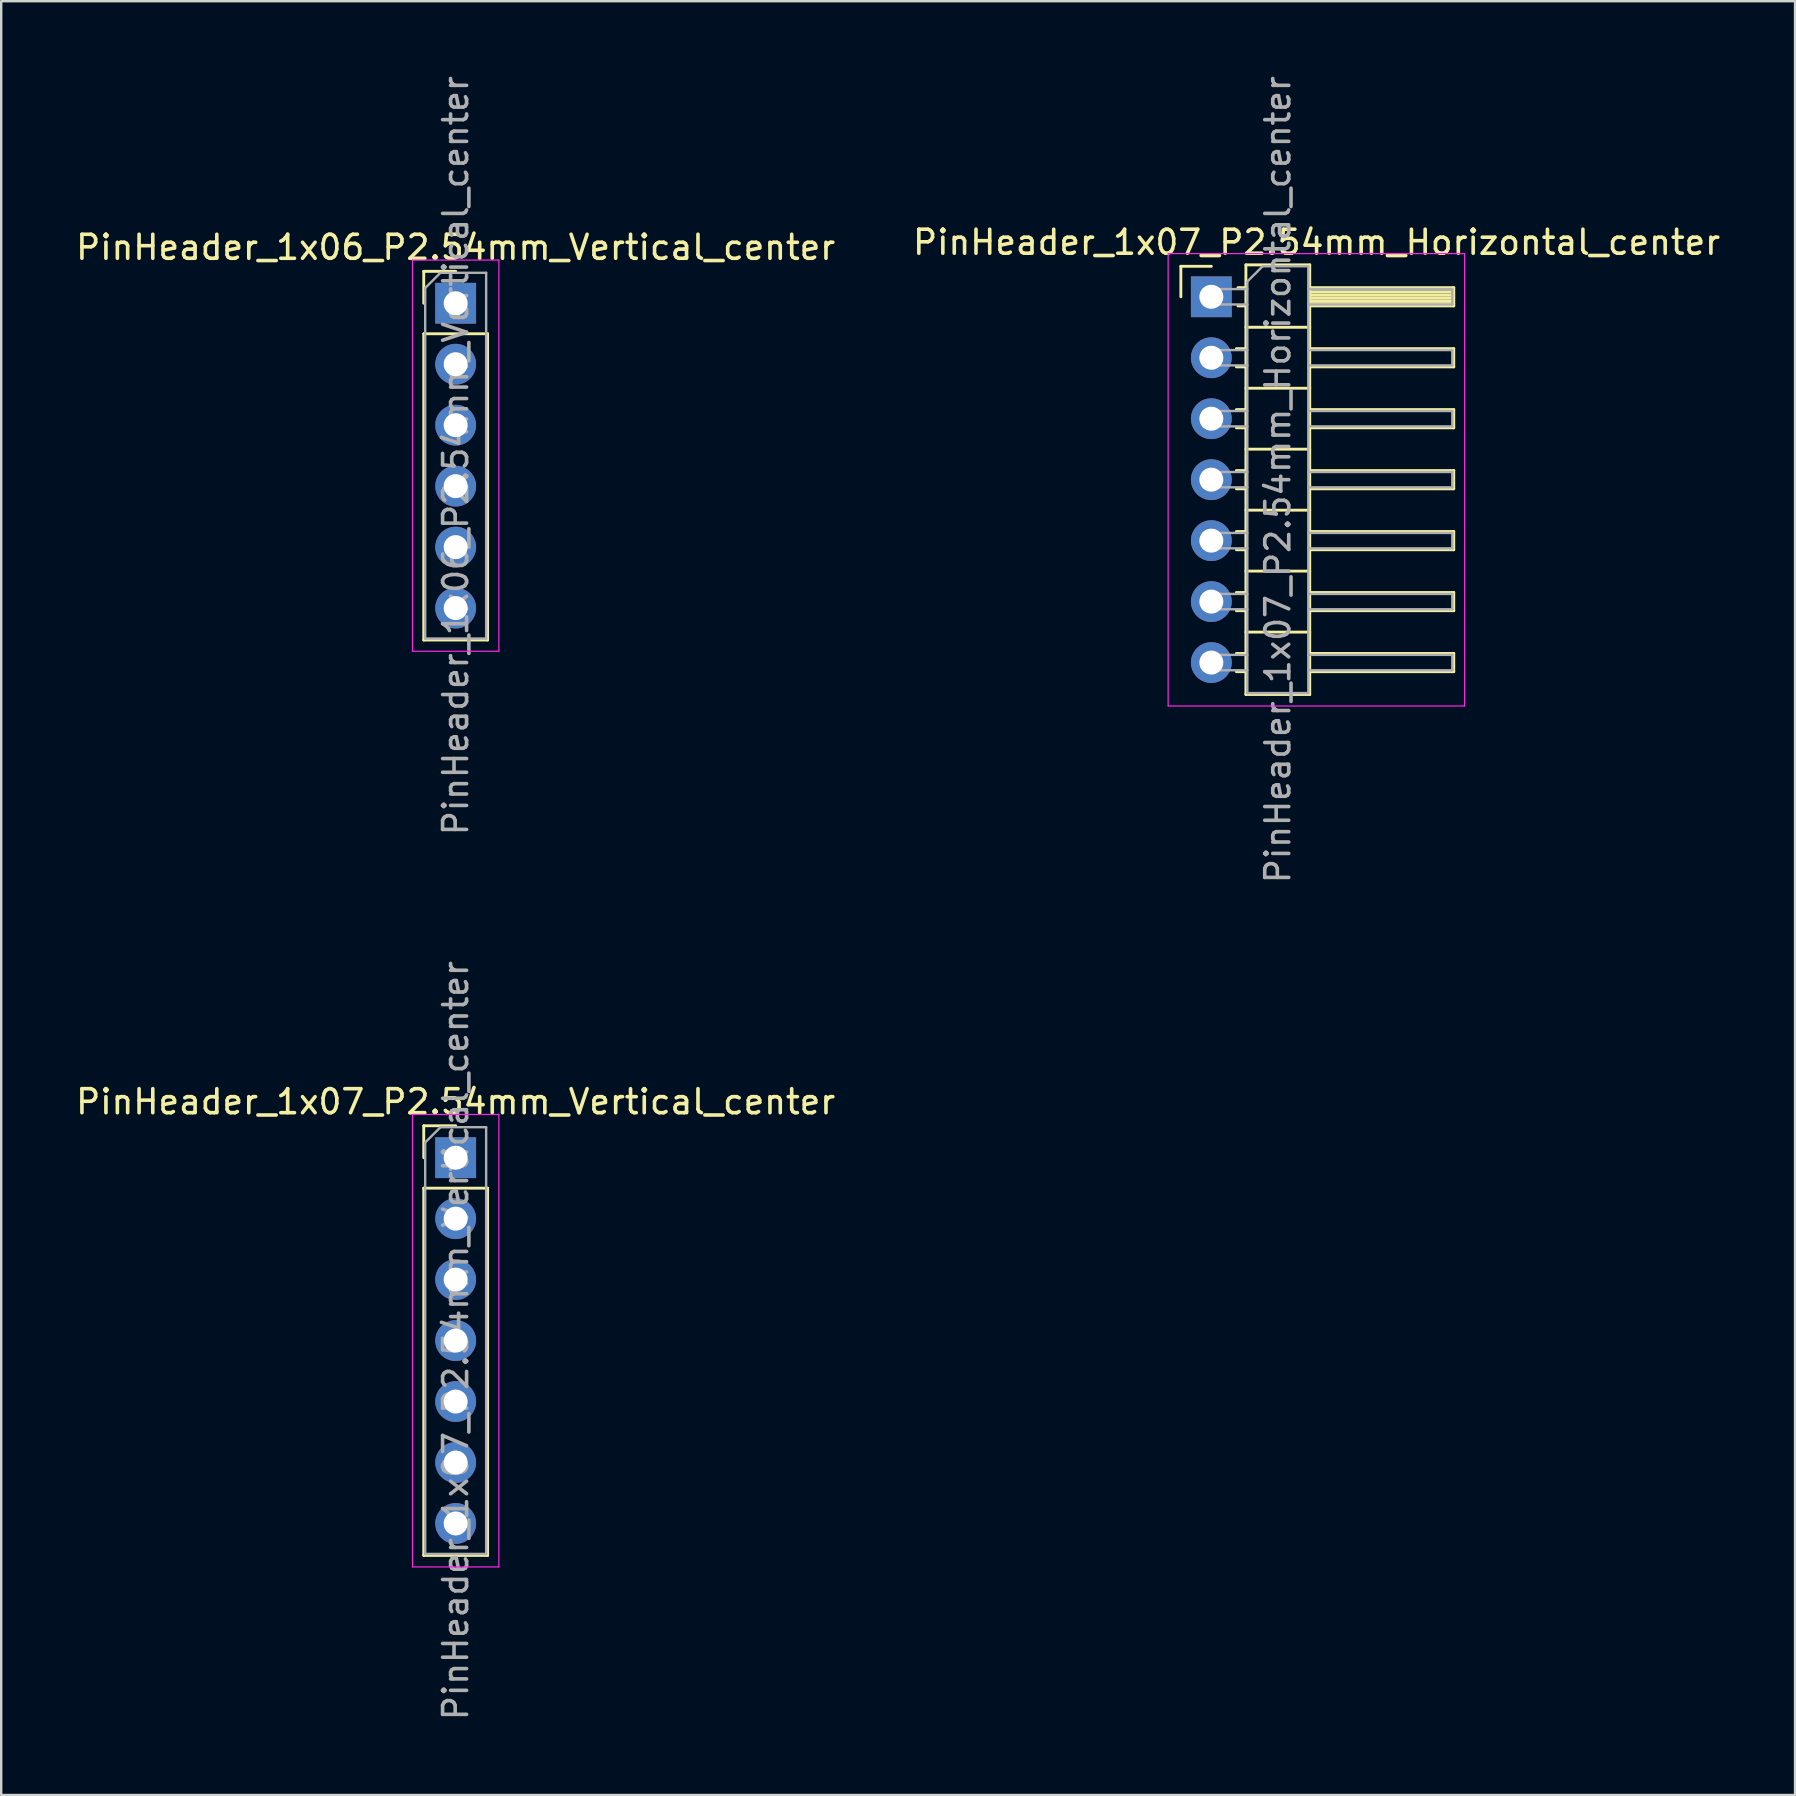
<source format=kicad_pcb>
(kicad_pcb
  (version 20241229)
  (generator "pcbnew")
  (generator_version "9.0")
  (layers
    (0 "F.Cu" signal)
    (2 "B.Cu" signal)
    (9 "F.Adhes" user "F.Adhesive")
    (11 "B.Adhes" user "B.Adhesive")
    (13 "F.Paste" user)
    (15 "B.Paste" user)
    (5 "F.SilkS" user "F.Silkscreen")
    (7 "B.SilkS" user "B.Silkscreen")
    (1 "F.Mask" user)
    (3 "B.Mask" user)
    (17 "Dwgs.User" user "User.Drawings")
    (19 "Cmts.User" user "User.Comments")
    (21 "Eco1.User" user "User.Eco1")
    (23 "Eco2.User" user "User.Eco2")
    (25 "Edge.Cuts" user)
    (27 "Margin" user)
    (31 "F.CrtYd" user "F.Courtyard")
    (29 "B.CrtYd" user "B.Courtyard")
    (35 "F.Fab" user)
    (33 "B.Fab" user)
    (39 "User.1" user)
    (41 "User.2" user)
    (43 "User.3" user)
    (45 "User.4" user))
  (footprint "PinHeader_1x06_P2.54mm_Vertical_center"
    (layer "F.Cu")
    (at 15.965 15.975)
    (property "Reference" "PinHeader_1x06_P2.54mm_Vertical_center" (at -0.03 -8.72 0) (layer "F.SilkS") (effects (font (size 1 1) (thickness 0.15))))
    (attr through_hole)
    (fp_line (start -1.36 -7.72) (end -0.03 -7.72) (stroke (width 0.12) (type solid)) (layer "F.SilkS"))
    (fp_line (start -1.36 -6.39) (end -1.36 -7.72) (stroke (width 0.12) (type solid)) (layer "F.SilkS"))
    (fp_line (start -1.36 -5.12) (end -1.36 7.64) (stroke (width 0.12) (type solid)) (layer "F.SilkS"))
    (fp_line (start -1.36 -5.12) (end 1.3 -5.12) (stroke (width 0.12) (type solid)) (layer "F.SilkS"))
    (fp_line (start -1.36 7.64) (end 1.3 7.64) (stroke (width 0.12) (type solid)) (layer "F.SilkS"))
    (fp_line (start 1.3 -5.12) (end 1.3 7.64) (stroke (width 0.12) (type solid)) (layer "F.SilkS"))
    (fp_line (start -1.83 -8.19) (end -1.83 8.11) (stroke (width 0.05) (type solid)) (layer "F.CrtYd"))
    (fp_line (start -1.83 8.11) (end 1.77 8.11) (stroke (width 0.05) (type solid)) (layer "F.CrtYd"))
    (fp_line (start 1.77 -8.19) (end -1.83 -8.19) (stroke (width 0.05) (type solid)) (layer "F.CrtYd"))
    (fp_line (start 1.77 8.11) (end 1.77 -8.19) (stroke (width 0.05) (type solid)) (layer "F.CrtYd"))
    (fp_line (start -1.3 -7.025) (end -0.665 -7.66) (stroke (width 0.1) (type solid)) (layer "F.Fab"))
    (fp_line (start -1.3 7.58) (end -1.3 -7.025) (stroke (width 0.1) (type solid)) (layer "F.Fab"))
    (fp_line (start -0.665 -7.66) (end 1.24 -7.66) (stroke (width 0.1) (type solid)) (layer "F.Fab"))
    (fp_line (start 1.24 -7.66) (end 1.24 7.58) (stroke (width 0.1) (type solid)) (layer "F.Fab"))
    (fp_line (start 1.24 7.58) (end -1.3 7.58) (stroke (width 0.1) (type solid)) (layer "F.Fab"))
    (fp_text user "${REFERENCE}" (at -0.03 -0.04 90) (layer "F.Fab") (effects (font (size 1 1) (thickness 0.15))))
    (pad "1" thru_hole rect (at -0.03 -6.39) (size 1.7 1.7) (drill 1) (layers "*.Cu" "*.Mask"))
    (pad "2" thru_hole oval (at -0.03 -3.85) (size 1.7 1.7) (drill 1) (layers "*.Cu" "*.Mask"))
    (pad "3" thru_hole oval (at -0.03 -1.31) (size 1.7 1.7) (drill 1) (layers "*.Cu" "*.Mask"))
    (pad "4" thru_hole oval (at -0.03 1.23) (size 1.7 1.7) (drill 1) (layers "*.Cu" "*.Mask"))
    (pad "5" thru_hole oval (at -0.03 3.77) (size 1.7 1.7) (drill 1) (layers "*.Cu" "*.Mask"))
    (pad "6" thru_hole oval (at -0.03 6.31) (size 1.7 1.7) (drill 1) (layers "*.Cu" "*.Mask")))
  (footprint "PinHeader_1x07_P2.54mm_Horizontal_center"
    (layer "F.Cu")
    (at 47.419 16.915)
    (property "Reference" "PinHeader_1x07_P2.54mm_Horizontal_center" (at 4.385 -9.87 0) (layer "F.SilkS") (effects (font (size 1 1) (thickness 0.15))))
    (attr through_hole)
    (fp_line (start -1.27 -8.87) (end 0 -8.87) (stroke (width 0.12) (type solid)) (layer "F.SilkS"))
    (fp_line (start -1.27 -7.6) (end -1.27 -8.87) (stroke (width 0.12) (type solid)) (layer "F.SilkS"))
    (fp_line (start 1.043 -5.44) (end 1.44 -5.44) (stroke (width 0.12) (type solid)) (layer "F.SilkS"))
    (fp_line (start 1.043 -4.68) (end 1.44 -4.68) (stroke (width 0.12) (type solid)) (layer "F.SilkS"))
    (fp_line (start 1.043 -2.9) (end 1.44 -2.9) (stroke (width 0.12) (type solid)) (layer "F.SilkS"))
    (fp_line (start 1.043 -2.14) (end 1.44 -2.14) (stroke (width 0.12) (type solid)) (layer "F.SilkS"))
    (fp_line (start 1.043 -0.36) (end 1.44 -0.36) (stroke (width 0.12) (type solid)) (layer "F.SilkS"))
    (fp_line (start 1.043 0.4) (end 1.44 0.4) (stroke (width 0.12) (type solid)) (layer "F.SilkS"))
    (fp_line (start 1.043 2.18) (end 1.44 2.18) (stroke (width 0.12) (type solid)) (layer "F.SilkS"))
    (fp_line (start 1.043 2.94) (end 1.44 2.94) (stroke (width 0.12) (type solid)) (layer "F.SilkS"))
    (fp_line (start 1.043 4.72) (end 1.44 4.72) (stroke (width 0.12) (type solid)) (layer "F.SilkS"))
    (fp_line (start 1.043 5.48) (end 1.44 5.48) (stroke (width 0.12) (type solid)) (layer "F.SilkS"))
    (fp_line (start 1.043 7.26) (end 1.44 7.26) (stroke (width 0.12) (type solid)) (layer "F.SilkS"))
    (fp_line (start 1.043 8.02) (end 1.44 8.02) (stroke (width 0.12) (type solid)) (layer "F.SilkS"))
    (fp_line (start 1.11 -7.98) (end 1.44 -7.98) (stroke (width 0.12) (type solid)) (layer "F.SilkS"))
    (fp_line (start 1.11 -7.22) (end 1.44 -7.22) (stroke (width 0.12) (type solid)) (layer "F.SilkS"))
    (fp_line (start 1.44 -8.93) (end 1.44 8.97) (stroke (width 0.12) (type solid)) (layer "F.SilkS"))
    (fp_line (start 1.44 -6.33) (end 4.1 -6.33) (stroke (width 0.12) (type solid)) (layer "F.SilkS"))
    (fp_line (start 1.44 -3.79) (end 4.1 -3.79) (stroke (width 0.12) (type solid)) (layer "F.SilkS"))
    (fp_line (start 1.44 -1.25) (end 4.1 -1.25) (stroke (width 0.12) (type solid)) (layer "F.SilkS"))
    (fp_line (start 1.44 1.29) (end 4.1 1.29) (stroke (width 0.12) (type solid)) (layer "F.SilkS"))
    (fp_line (start 1.44 3.83) (end 4.1 3.83) (stroke (width 0.12) (type solid)) (layer "F.SilkS"))
    (fp_line (start 1.44 6.37) (end 4.1 6.37) (stroke (width 0.12) (type solid)) (layer "F.SilkS"))
    (fp_line (start 1.44 8.97) (end 4.1 8.97) (stroke (width 0.12) (type solid)) (layer "F.SilkS"))
    (fp_line (start 4.1 -8.93) (end 1.44 -8.93) (stroke (width 0.12) (type solid)) (layer "F.SilkS"))
    (fp_line (start 4.1 -7.98) (end 10.1 -7.98) (stroke (width 0.12) (type solid)) (layer "F.SilkS"))
    (fp_line (start 4.1 -7.92) (end 10.1 -7.92) (stroke (width 0.12) (type solid)) (layer "F.SilkS"))
    (fp_line (start 4.1 -7.8) (end 10.1 -7.8) (stroke (width 0.12) (type solid)) (layer "F.SilkS"))
    (fp_line (start 4.1 -7.68) (end 10.1 -7.68) (stroke (width 0.12) (type solid)) (layer "F.SilkS"))
    (fp_line (start 4.1 -7.56) (end 10.1 -7.56) (stroke (width 0.12) (type solid)) (layer "F.SilkS"))
    (fp_line (start 4.1 -7.44) (end 10.1 -7.44) (stroke (width 0.12) (type solid)) (layer "F.SilkS"))
    (fp_line (start 4.1 -7.32) (end 10.1 -7.32) (stroke (width 0.12) (type solid)) (layer "F.SilkS"))
    (fp_line (start 4.1 -5.44) (end 10.1 -5.44) (stroke (width 0.12) (type solid)) (layer "F.SilkS"))
    (fp_line (start 4.1 -2.9) (end 10.1 -2.9) (stroke (width 0.12) (type solid)) (layer "F.SilkS"))
    (fp_line (start 4.1 -0.36) (end 10.1 -0.36) (stroke (width 0.12) (type solid)) (layer "F.SilkS"))
    (fp_line (start 4.1 2.18) (end 10.1 2.18) (stroke (width 0.12) (type solid)) (layer "F.SilkS"))
    (fp_line (start 4.1 4.72) (end 10.1 4.72) (stroke (width 0.12) (type solid)) (layer "F.SilkS"))
    (fp_line (start 4.1 7.26) (end 10.1 7.26) (stroke (width 0.12) (type solid)) (layer "F.SilkS"))
    (fp_line (start 4.1 8.97) (end 4.1 -8.93) (stroke (width 0.12) (type solid)) (layer "F.SilkS"))
    (fp_line (start 10.1 -7.98) (end 10.1 -7.22) (stroke (width 0.12) (type solid)) (layer "F.SilkS"))
    (fp_line (start 10.1 -7.22) (end 4.1 -7.22) (stroke (width 0.12) (type solid)) (layer "F.SilkS"))
    (fp_line (start 10.1 -5.44) (end 10.1 -4.68) (stroke (width 0.12) (type solid)) (layer "F.SilkS"))
    (fp_line (start 10.1 -4.68) (end 4.1 -4.68) (stroke (width 0.12) (type solid)) (layer "F.SilkS"))
    (fp_line (start 10.1 -2.9) (end 10.1 -2.14) (stroke (width 0.12) (type solid)) (layer "F.SilkS"))
    (fp_line (start 10.1 -2.14) (end 4.1 -2.14) (stroke (width 0.12) (type solid)) (layer "F.SilkS"))
    (fp_line (start 10.1 -0.36) (end 10.1 0.4) (stroke (width 0.12) (type solid)) (layer "F.SilkS"))
    (fp_line (start 10.1 0.4) (end 4.1 0.4) (stroke (width 0.12) (type solid)) (layer "F.SilkS"))
    (fp_line (start 10.1 2.18) (end 10.1 2.94) (stroke (width 0.12) (type solid)) (layer "F.SilkS"))
    (fp_line (start 10.1 2.94) (end 4.1 2.94) (stroke (width 0.12) (type solid)) (layer "F.SilkS"))
    (fp_line (start 10.1 4.72) (end 10.1 5.48) (stroke (width 0.12) (type solid)) (layer "F.SilkS"))
    (fp_line (start 10.1 5.48) (end 4.1 5.48) (stroke (width 0.12) (type solid)) (layer "F.SilkS"))
    (fp_line (start 10.1 7.26) (end 10.1 8.02) (stroke (width 0.12) (type solid)) (layer "F.SilkS"))
    (fp_line (start 10.1 8.02) (end 4.1 8.02) (stroke (width 0.12) (type solid)) (layer "F.SilkS"))
    (fp_line (start -1.8 -9.4) (end -1.8 9.45) (stroke (width 0.05) (type solid)) (layer "F.CrtYd"))
    (fp_line (start -1.8 9.45) (end 10.55 9.45) (stroke (width 0.05) (type solid)) (layer "F.CrtYd"))
    (fp_line (start 10.55 -9.4) (end -1.8 -9.4) (stroke (width 0.05) (type solid)) (layer "F.CrtYd"))
    (fp_line (start 10.55 9.45) (end 10.55 -9.4) (stroke (width 0.05) (type solid)) (layer "F.CrtYd"))
    (fp_line (start -0.32 -7.92) (end -0.32 -7.28) (stroke (width 0.1) (type solid)) (layer "F.Fab"))
    (fp_line (start -0.32 -7.92) (end 1.5 -7.92) (stroke (width 0.1) (type solid)) (layer "F.Fab"))
    (fp_line (start -0.32 -7.28) (end 1.5 -7.28) (stroke (width 0.1) (type solid)) (layer "F.Fab"))
    (fp_line (start -0.32 -5.38) (end -0.32 -4.74) (stroke (width 0.1) (type solid)) (layer "F.Fab"))
    (fp_line (start -0.32 -5.38) (end 1.5 -5.38) (stroke (width 0.1) (type solid)) (layer "F.Fab"))
    (fp_line (start -0.32 -4.74) (end 1.5 -4.74) (stroke (width 0.1) (type solid)) (layer "F.Fab"))
    (fp_line (start -0.32 -2.84) (end -0.32 -2.2) (stroke (width 0.1) (type solid)) (layer "F.Fab"))
    (fp_line (start -0.32 -2.84) (end 1.5 -2.84) (stroke (width 0.1) (type solid)) (layer "F.Fab"))
    (fp_line (start -0.32 -2.2) (end 1.5 -2.2) (stroke (width 0.1) (type solid)) (layer "F.Fab"))
    (fp_line (start -0.32 -0.3) (end -0.32 0.34) (stroke (width 0.1) (type solid)) (layer "F.Fab"))
    (fp_line (start -0.32 -0.3) (end 1.5 -0.3) (stroke (width 0.1) (type solid)) (layer "F.Fab"))
    (fp_line (start -0.32 0.34) (end 1.5 0.34) (stroke (width 0.1) (type solid)) (layer "F.Fab"))
    (fp_line (start -0.32 2.24) (end -0.32 2.88) (stroke (width 0.1) (type solid)) (layer "F.Fab"))
    (fp_line (start -0.32 2.24) (end 1.5 2.24) (stroke (width 0.1) (type solid)) (layer "F.Fab"))
    (fp_line (start -0.32 2.88) (end 1.5 2.88) (stroke (width 0.1) (type solid)) (layer "F.Fab"))
    (fp_line (start -0.32 4.78) (end -0.32 5.42) (stroke (width 0.1) (type solid)) (layer "F.Fab"))
    (fp_line (start -0.32 4.78) (end 1.5 4.78) (stroke (width 0.1) (type solid)) (layer "F.Fab"))
    (fp_line (start -0.32 5.42) (end 1.5 5.42) (stroke (width 0.1) (type solid)) (layer "F.Fab"))
    (fp_line (start -0.32 7.32) (end -0.32 7.96) (stroke (width 0.1) (type solid)) (layer "F.Fab"))
    (fp_line (start -0.32 7.32) (end 1.5 7.32) (stroke (width 0.1) (type solid)) (layer "F.Fab"))
    (fp_line (start -0.32 7.96) (end 1.5 7.96) (stroke (width 0.1) (type solid)) (layer "F.Fab"))
    (fp_line (start 1.5 -8.235) (end 2.135 -8.87) (stroke (width 0.1) (type solid)) (layer "F.Fab"))
    (fp_line (start 1.5 8.91) (end 1.5 -8.235) (stroke (width 0.1) (type solid)) (layer "F.Fab"))
    (fp_line (start 2.135 -8.87) (end 4.04 -8.87) (stroke (width 0.1) (type solid)) (layer "F.Fab"))
    (fp_line (start 4.04 -8.87) (end 4.04 8.91) (stroke (width 0.1) (type solid)) (layer "F.Fab"))
    (fp_line (start 4.04 -7.92) (end 10.04 -7.92) (stroke (width 0.1) (type solid)) (layer "F.Fab"))
    (fp_line (start 4.04 -7.28) (end 10.04 -7.28) (stroke (width 0.1) (type solid)) (layer "F.Fab"))
    (fp_line (start 4.04 -5.38) (end 10.04 -5.38) (stroke (width 0.1) (type solid)) (layer "F.Fab"))
    (fp_line (start 4.04 -4.74) (end 10.04 -4.74) (stroke (width 0.1) (type solid)) (layer "F.Fab"))
    (fp_line (start 4.04 -2.84) (end 10.04 -2.84) (stroke (width 0.1) (type solid)) (layer "F.Fab"))
    (fp_line (start 4.04 -2.2) (end 10.04 -2.2) (stroke (width 0.1) (type solid)) (layer "F.Fab"))
    (fp_line (start 4.04 -0.3) (end 10.04 -0.3) (stroke (width 0.1) (type solid)) (layer "F.Fab"))
    (fp_line (start 4.04 0.34) (end 10.04 0.34) (stroke (width 0.1) (type solid)) (layer "F.Fab"))
    (fp_line (start 4.04 2.24) (end 10.04 2.24) (stroke (width 0.1) (type solid)) (layer "F.Fab"))
    (fp_line (start 4.04 2.88) (end 10.04 2.88) (stroke (width 0.1) (type solid)) (layer "F.Fab"))
    (fp_line (start 4.04 4.78) (end 10.04 4.78) (stroke (width 0.1) (type solid)) (layer "F.Fab"))
    (fp_line (start 4.04 5.42) (end 10.04 5.42) (stroke (width 0.1) (type solid)) (layer "F.Fab"))
    (fp_line (start 4.04 7.32) (end 10.04 7.32) (stroke (width 0.1) (type solid)) (layer "F.Fab"))
    (fp_line (start 4.04 7.96) (end 10.04 7.96) (stroke (width 0.1) (type solid)) (layer "F.Fab"))
    (fp_line (start 4.04 8.91) (end 1.5 8.91) (stroke (width 0.1) (type solid)) (layer "F.Fab"))
    (fp_line (start 10.04 -7.92) (end 10.04 -7.28) (stroke (width 0.1) (type solid)) (layer "F.Fab"))
    (fp_line (start 10.04 -5.38) (end 10.04 -4.74) (stroke (width 0.1) (type solid)) (layer "F.Fab"))
    (fp_line (start 10.04 -2.84) (end 10.04 -2.2) (stroke (width 0.1) (type solid)) (layer "F.Fab"))
    (fp_line (start 10.04 -0.3) (end 10.04 0.34) (stroke (width 0.1) (type solid)) (layer "F.Fab"))
    (fp_line (start 10.04 2.24) (end 10.04 2.88) (stroke (width 0.1) (type solid)) (layer "F.Fab"))
    (fp_line (start 10.04 4.78) (end 10.04 5.42) (stroke (width 0.1) (type solid)) (layer "F.Fab"))
    (fp_line (start 10.04 7.32) (end 10.04 7.96) (stroke (width 0.1) (type solid)) (layer "F.Fab"))
    (fp_text user "${REFERENCE}" (at 2.77 0.02 90) (layer "F.Fab") (effects (font (size 1 1) (thickness 0.15))))
    (pad "1" thru_hole rect (at 0 -7.6) (size 1.7 1.7) (drill 1) (layers "*.Cu" "*.Mask"))
    (pad "2" thru_hole oval (at 0 -5.06) (size 1.7 1.7) (drill 1) (layers "*.Cu" "*.Mask"))
    (pad "3" thru_hole oval (at 0 -2.52) (size 1.7 1.7) (drill 1) (layers "*.Cu" "*.Mask"))
    (pad "4" thru_hole oval (at 0 0.02) (size 1.7 1.7) (drill 1) (layers "*.Cu" "*.Mask"))
    (pad "5" thru_hole oval (at 0 2.56) (size 1.7 1.7) (drill 1) (layers "*.Cu" "*.Mask"))
    (pad "6" thru_hole oval (at 0 5.1) (size 1.7 1.7) (drill 1) (layers "*.Cu" "*.Mask"))
    (pad "7" thru_hole oval (at 0 7.64) (size 1.7 1.7) (drill 1) (layers "*.Cu" "*.Mask")))
  (footprint "PinHeader_1x07_P2.54mm_Vertical_center"
    (layer "F.Cu")
    (at 15.935 52.784)
    (property "Reference" "PinHeader_1x07_P2.54mm_Vertical_center" (at 0 -9.93 0) (layer "F.SilkS") (effects (font (size 1 1) (thickness 0.15))))
    (attr through_hole)
    (fp_line (start -1.33 -8.93) (end 0 -8.93) (stroke (width 0.12) (type solid)) (layer "F.SilkS"))
    (fp_line (start -1.33 -7.6) (end -1.33 -8.93) (stroke (width 0.12) (type solid)) (layer "F.SilkS"))
    (fp_line (start -1.33 -6.33) (end -1.33 8.97) (stroke (width 0.12) (type solid)) (layer "F.SilkS"))
    (fp_line (start -1.33 -6.33) (end 1.33 -6.33) (stroke (width 0.12) (type solid)) (layer "F.SilkS"))
    (fp_line (start -1.33 8.97) (end 1.33 8.97) (stroke (width 0.12) (type solid)) (layer "F.SilkS"))
    (fp_line (start 1.33 -6.33) (end 1.33 8.97) (stroke (width 0.12) (type solid)) (layer "F.SilkS"))
    (fp_line (start -1.8 -9.4) (end -1.8 9.45) (stroke (width 0.05) (type solid)) (layer "F.CrtYd"))
    (fp_line (start -1.8 9.45) (end 1.8 9.45) (stroke (width 0.05) (type solid)) (layer "F.CrtYd"))
    (fp_line (start 1.8 -9.4) (end -1.8 -9.4) (stroke (width 0.05) (type solid)) (layer "F.CrtYd"))
    (fp_line (start 1.8 9.45) (end 1.8 -9.4) (stroke (width 0.05) (type solid)) (layer "F.CrtYd"))
    (fp_line (start -1.27 -8.235) (end -0.635 -8.87) (stroke (width 0.1) (type solid)) (layer "F.Fab"))
    (fp_line (start -1.27 8.91) (end -1.27 -8.235) (stroke (width 0.1) (type solid)) (layer "F.Fab"))
    (fp_line (start -0.635 -8.87) (end 1.27 -8.87) (stroke (width 0.1) (type solid)) (layer "F.Fab"))
    (fp_line (start 1.27 -8.87) (end 1.27 8.91) (stroke (width 0.1) (type solid)) (layer "F.Fab"))
    (fp_line (start 1.27 8.91) (end -1.27 8.91) (stroke (width 0.1) (type solid)) (layer "F.Fab"))
    (fp_text user "${REFERENCE}" (at 0 0.02 90) (layer "F.Fab") (effects (font (size 1 1) (thickness 0.15))))
    (pad "1" thru_hole rect (at 0 -7.6) (size 1.7 1.7) (drill 1) (layers "*.Cu" "*.Mask"))
    (pad "2" thru_hole oval (at 0 -5.06) (size 1.7 1.7) (drill 1) (layers "*.Cu" "*.Mask"))
    (pad "3" thru_hole oval (at 0 -2.52) (size 1.7 1.7) (drill 1) (layers "*.Cu" "*.Mask"))
    (pad "4" thru_hole oval (at 0 0.02) (size 1.7 1.7) (drill 1) (layers "*.Cu" "*.Mask"))
    (pad "5" thru_hole oval (at 0 2.56) (size 1.7 1.7) (drill 1) (layers "*.Cu" "*.Mask"))
    (pad "6" thru_hole oval (at 0 5.1) (size 1.7 1.7) (drill 1) (layers "*.Cu" "*.Mask"))
    (pad "7" thru_hole oval (at 0 7.64) (size 1.7 1.7) (drill 1) (layers "*.Cu" "*.Mask")))
  (gr_rect
    (start -3 -3)
    (end 71.738 71.738)
    (stroke (width 0.1) (type default))
    (fill no)
    (layer "Edge.Cuts")))
</source>
